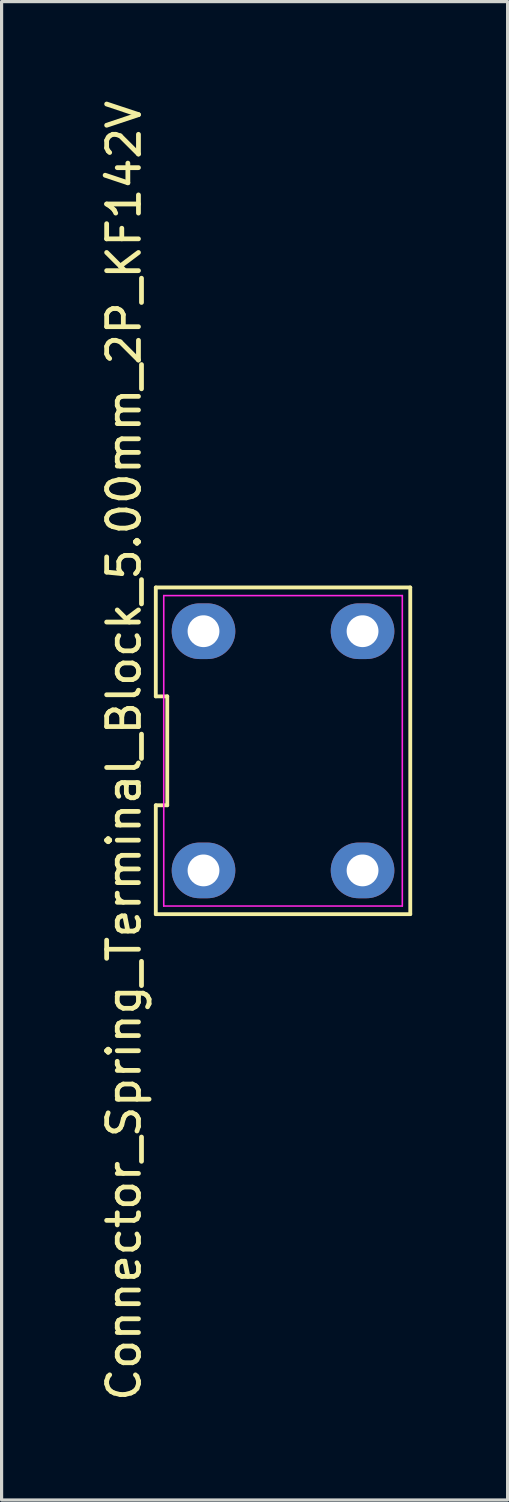
<source format=kicad_pcb>
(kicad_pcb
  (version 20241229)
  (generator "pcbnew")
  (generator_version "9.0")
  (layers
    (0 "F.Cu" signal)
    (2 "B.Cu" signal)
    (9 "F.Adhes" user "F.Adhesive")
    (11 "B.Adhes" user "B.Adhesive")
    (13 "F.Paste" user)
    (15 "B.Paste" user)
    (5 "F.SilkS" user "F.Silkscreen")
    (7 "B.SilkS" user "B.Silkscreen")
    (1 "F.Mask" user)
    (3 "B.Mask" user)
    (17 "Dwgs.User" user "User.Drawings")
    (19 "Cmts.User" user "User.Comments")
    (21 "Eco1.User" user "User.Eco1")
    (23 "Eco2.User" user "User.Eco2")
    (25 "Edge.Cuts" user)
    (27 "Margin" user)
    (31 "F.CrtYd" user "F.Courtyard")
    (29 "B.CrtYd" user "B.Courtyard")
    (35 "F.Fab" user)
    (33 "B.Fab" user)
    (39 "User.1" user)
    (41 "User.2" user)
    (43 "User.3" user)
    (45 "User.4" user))
  (footprint "Connector_Spring_Terminal_Block_5.00mm_2P_KF142V"
    (layer "F.Cu")
    (at 5.848 20.554)
    (property "Reference" "Connector_Spring_Terminal_Block_5.00mm_2P_KF142V" (at -5 0 90) (layer "F.SilkS") (effects (font (size 1 1) (thickness 0.15))))
    (fp_line (start -4 -1.712) (end -3.64 -1.712) (stroke (width 0.12) (type solid)) (layer "F.SilkS"))
    (fp_line (start -4 1.712) (end -4 5.135) (stroke (width 0.12) (type solid)) (layer "F.SilkS"))
    (fp_line (start -4 5.135) (end 4 5.135) (stroke (width 0.12) (type solid)) (layer "F.SilkS"))
    (fp_line (start -4 -5.135) (end -4 -1.712) (stroke (width 0.12) (type solid)) (layer "F.SilkS"))
    (fp_line (start -3.64 -1.712) (end -3.64 1.712) (stroke (width 0.12) (type solid)) (layer "F.SilkS"))
    (fp_line (start -3.64 1.712) (end -4 1.712) (stroke (width 0.12) (type solid)) (layer "F.SilkS"))
    (fp_line (start 4 5.135) (end 4 -5.135) (stroke (width 0.12) (type solid)) (layer "F.SilkS"))
    (fp_line (start 4 -5.135) (end -4 -5.135) (stroke (width 0.12) (type solid)) (layer "F.SilkS"))
    (fp_line (start -3.75 -4.88) (end 3.75 -4.88) (stroke (width 0.05) (type solid)) (layer "F.CrtYd"))
    (fp_line (start -3.75 4.88) (end -3.75 -4.88) (stroke (width 0.05) (type solid)) (layer "F.CrtYd"))
    (fp_line (start 3.75 -4.88) (end 3.75 4.88) (stroke (width 0.05) (type solid)) (layer "F.CrtYd"))
    (fp_line (start 3.75 4.88) (end -3.75 4.88) (stroke (width 0.05) (type solid)) (layer "F.CrtYd"))
    (pad "1" thru_hole oval (at -2.5 -3.76) (size 2 1.75) (drill 1) (layers "*.Cu" "*.Mask"))
    (pad "1" thru_hole oval (at -2.5 3.76) (size 2 1.75) (drill 1) (layers "*.Cu" "*.Mask"))
    (pad "2" thru_hole oval (at 2.5 -3.76) (size 2 1.75) (drill 1) (layers "*.Cu" "*.Mask"))
    (pad "2" thru_hole oval (at 2.5 3.76) (size 2 1.75) (drill 1) (layers "*.Cu" "*.Mask")))
  (gr_rect
    (start -3 -3)
    (end 12.908 44.107)
    (stroke (width 0.1) (type default))
    (fill no)
    (layer "Edge.Cuts")))
</source>
